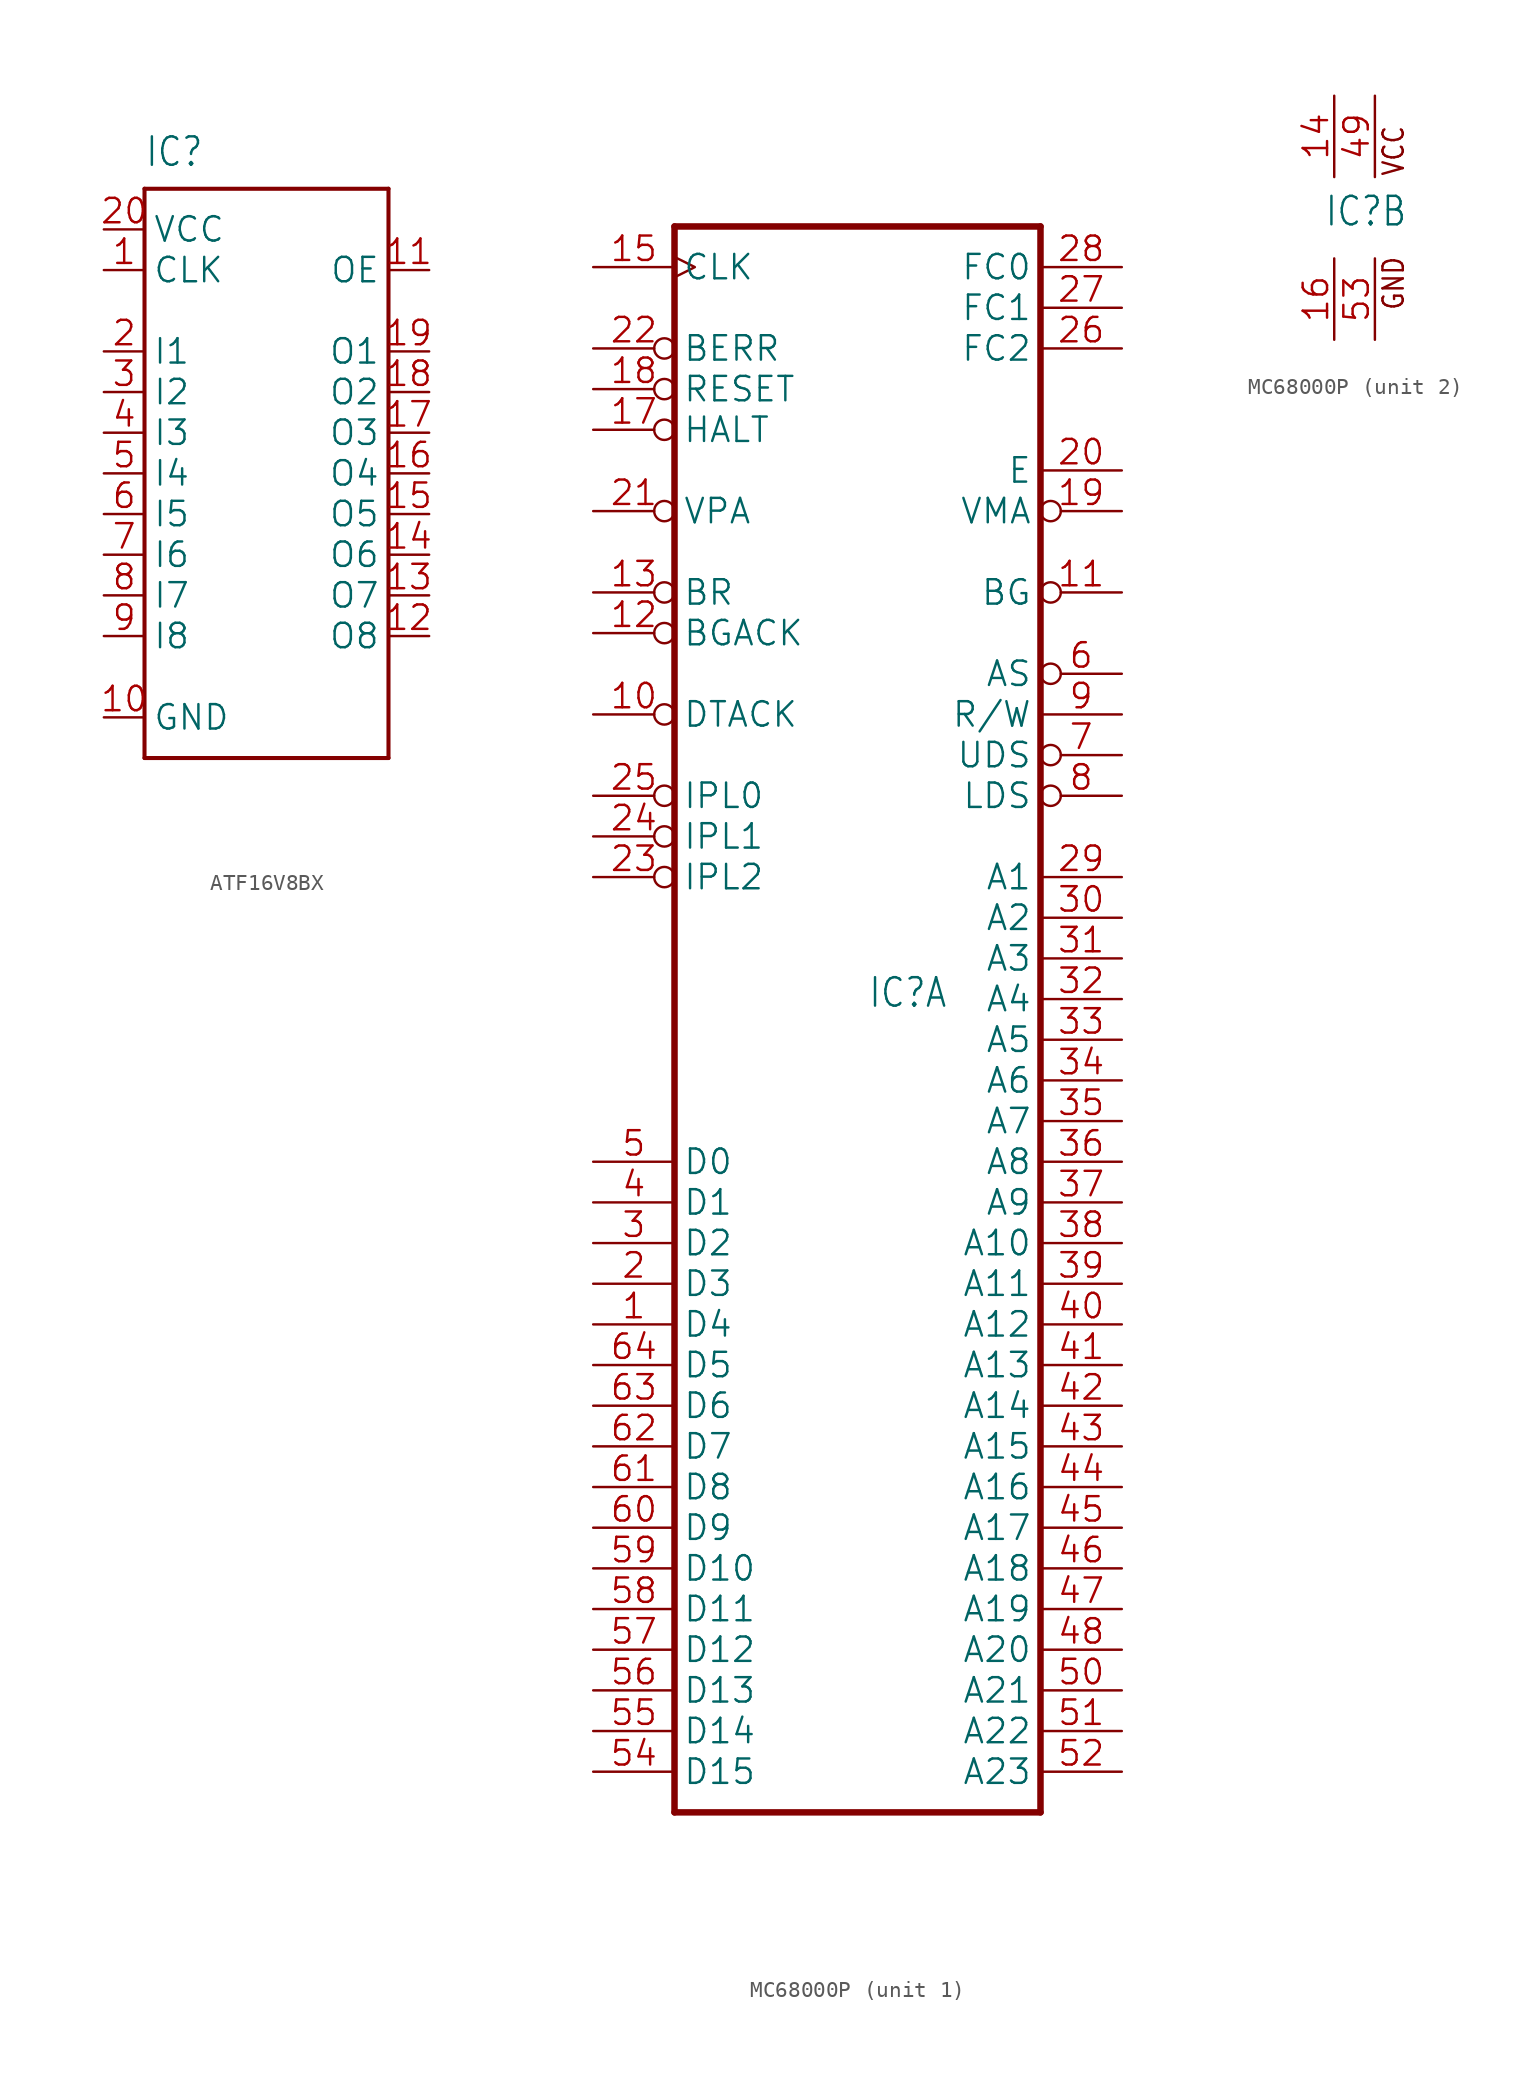
<source format=kicad_sym>
(kicad_symbol_lib
  (version 20241209)
  (generator "kicad_symbol_editor")
  (generator_version "9.0")
  (symbol "ATF16V8BX"
    (property "Reference" "IC"
      (at -7.62 19.05 0)
      (effects (font (size 1.778 1.511)) (justify left bottom)))
    (property "Value" ""
      (at -7.62 -20.32 0)
      (effects (font (size 1.778 1.511)) (justify left bottom)))
    (property "ki_locked" ""
      (at 0 0 0)
      (effects (font (size 1.27 1.27))))
    (symbol "ATF16V8BX_1_0"
      (polyline (pts (xy -7.62 17.78) (xy 7.62 17.78)) (stroke (width 0.254) (type solid)) (fill (type none)))
      (polyline (pts (xy -7.62 -17.78) (xy -7.62 17.78)) (stroke (width 0.254) (type solid)) (fill (type none)))
      (polyline (pts (xy 7.62 17.78) (xy 7.62 -17.78)) (stroke (width 0.254) (type solid)) (fill (type none)))
      (polyline (pts (xy 7.62 -17.78) (xy -7.62 -17.78)) (stroke (width 0.254) (type solid)) (fill (type none)))
      (pin power_in line (at -10.16 15.24 0) (length 2.54) (name "VCC" (effects (font (size 1.524 1.524)))) (number "20" (effects (font (size 1.524 1.524)))))
      (pin input line (at -10.16 12.7 0) (length 2.54) (name "CLK" (effects (font (size 1.524 1.524)))) (number "1" (effects (font (size 1.524 1.524)))))
      (pin input line (at -10.16 7.62 0) (length 2.54) (name "I1" (effects (font (size 1.524 1.524)))) (number "2" (effects (font (size 1.524 1.524)))))
      (pin input line (at -10.16 5.08 0) (length 2.54) (name "I2" (effects (font (size 1.524 1.524)))) (number "3" (effects (font (size 1.524 1.524)))))
      (pin input line (at -10.16 2.54 0) (length 2.54) (name "I3" (effects (font (size 1.524 1.524)))) (number "4" (effects (font (size 1.524 1.524)))))
      (pin input line (at -10.16 0 0) (length 2.54) (name "I4" (effects (font (size 1.524 1.524)))) (number "5" (effects (font (size 1.524 1.524)))))
      (pin input line (at -10.16 -2.54 0) (length 2.54) (name "I5" (effects (font (size 1.524 1.524)))) (number "6" (effects (font (size 1.524 1.524)))))
      (pin input line (at -10.16 -5.08 0) (length 2.54) (name "I6" (effects (font (size 1.524 1.524)))) (number "7" (effects (font (size 1.524 1.524)))))
      (pin input line (at -10.16 -7.62 0) (length 2.54) (name "I7" (effects (font (size 1.524 1.524)))) (number "8" (effects (font (size 1.524 1.524)))))
      (pin input line (at -10.16 -10.16 0) (length 2.54) (name "I8" (effects (font (size 1.524 1.524)))) (number "9" (effects (font (size 1.524 1.524)))))
      (pin power_in line (at -10.16 -15.24 0) (length 2.54) (name "GND" (effects (font (size 1.524 1.524)))) (number "10" (effects (font (size 1.524 1.524)))))
      (pin input line (at 10.16 12.7 180) (length 2.54) (name "OE" (effects (font (size 1.524 1.524)))) (number "11" (effects (font (size 1.524 1.524)))))
      (pin output line (at 10.16 7.62 180) (length 2.54) (name "O1" (effects (font (size 1.524 1.524)))) (number "19" (effects (font (size 1.524 1.524)))))
      (pin output line (at 10.16 5.08 180) (length 2.54) (name "O2" (effects (font (size 1.524 1.524)))) (number "18" (effects (font (size 1.524 1.524)))))
      (pin output line (at 10.16 2.54 180) (length 2.54) (name "O3" (effects (font (size 1.524 1.524)))) (number "17" (effects (font (size 1.524 1.524)))))
      (pin output line (at 10.16 0 180) (length 2.54) (name "O4" (effects (font (size 1.524 1.524)))) (number "16" (effects (font (size 1.524 1.524)))))
      (pin output line (at 10.16 -2.54 180) (length 2.54) (name "O5" (effects (font (size 1.524 1.524)))) (number "15" (effects (font (size 1.524 1.524)))))
      (pin output line (at 10.16 -5.08 180) (length 2.54) (name "O6" (effects (font (size 1.524 1.524)))) (number "14" (effects (font (size 1.524 1.524)))))
      (pin output line (at 10.16 -7.62 180) (length 2.54) (name "O7" (effects (font (size 1.524 1.524)))) (number "13" (effects (font (size 1.524 1.524)))))
      (pin output line (at 10.16 -10.16 180) (length 2.54) (name "O8" (effects (font (size 1.524 1.524)))) (number "12" (effects (font (size 1.524 1.524)))))))
  (symbol "MC68000P"
    (property "Reference" "IC"
      (at -0.635 -0.635 0)
      (effects (font (size 1.778 1.511)) (justify left bottom)))
    (property "ki_locked" ""
      (at 0 0 0)
      (effects (font (size 1.27 1.27))))
    (symbol "MC68000P_1_0"
      (polyline (pts (xy -12.7 -50.8) (xy -12.7 48.26)) (stroke (width 0.406) (type solid)) (fill (type none)))
      (polyline (pts (xy -12.7 -50.8) (xy 10.16 -50.8)) (stroke (width 0.406) (type solid)) (fill (type none)))
      (polyline (pts (xy 10.16 48.26) (xy -12.7 48.26)) (stroke (width 0.406) (type solid)) (fill (type none)))
      (polyline (pts (xy 10.16 48.26) (xy 10.16 -50.8)) (stroke (width 0.406) (type solid)) (fill (type none)))
      (pin input clock (at -17.78 45.72 0) (length 5.08) (name "CLK" (effects (font (size 1.524 1.524)))) (number "15" (effects (font (size 1.524 1.524)))))
      (pin input inverted (at -17.78 40.64 0) (length 5.08) (name "BERR" (effects (font (size 1.524 1.524)))) (number "22" (effects (font (size 1.524 1.524)))))
      (pin bidirectional inverted (at -17.78 38.1 0) (length 5.08) (name "RESET" (effects (font (size 1.524 1.524)))) (number "18" (effects (font (size 1.524 1.524)))))
      (pin bidirectional inverted (at -17.78 35.56 0) (length 5.08) (name "HALT" (effects (font (size 1.524 1.524)))) (number "17" (effects (font (size 1.524 1.524)))))
      (pin input inverted (at -17.78 30.48 0) (length 5.08) (name "VPA" (effects (font (size 1.524 1.524)))) (number "21" (effects (font (size 1.524 1.524)))))
      (pin input inverted (at -17.78 25.4 0) (length 5.08) (name "BR" (effects (font (size 1.524 1.524)))) (number "13" (effects (font (size 1.524 1.524)))))
      (pin input inverted (at -17.78 22.86 0) (length 5.08) (name "BGACK" (effects (font (size 1.524 1.524)))) (number "12" (effects (font (size 1.524 1.524)))))
      (pin input inverted (at -17.78 17.78 0) (length 5.08) (name "DTACK" (effects (font (size 1.524 1.524)))) (number "10" (effects (font (size 1.524 1.524)))))
      (pin input inverted (at -17.78 12.7 0) (length 5.08) (name "IPL0" (effects (font (size 1.524 1.524)))) (number "25" (effects (font (size 1.524 1.524)))))
      (pin input inverted (at -17.78 10.16 0) (length 5.08) (name "IPL1" (effects (font (size 1.524 1.524)))) (number "24" (effects (font (size 1.524 1.524)))))
      (pin input inverted (at -17.78 7.62 0) (length 5.08) (name "IPL2" (effects (font (size 1.524 1.524)))) (number "23" (effects (font (size 1.524 1.524)))))
      (pin bidirectional line (at -17.78 -10.16 0) (length 5.08) (name "D0" (effects (font (size 1.524 1.524)))) (number "5" (effects (font (size 1.524 1.524)))))
      (pin bidirectional line (at -17.78 -12.7 0) (length 5.08) (name "D1" (effects (font (size 1.524 1.524)))) (number "4" (effects (font (size 1.524 1.524)))))
      (pin bidirectional line (at -17.78 -15.24 0) (length 5.08) (name "D2" (effects (font (size 1.524 1.524)))) (number "3" (effects (font (size 1.524 1.524)))))
      (pin bidirectional line (at -17.78 -17.78 0) (length 5.08) (name "D3" (effects (font (size 1.524 1.524)))) (number "2" (effects (font (size 1.524 1.524)))))
      (pin bidirectional line (at -17.78 -20.32 0) (length 5.08) (name "D4" (effects (font (size 1.524 1.524)))) (number "1" (effects (font (size 1.524 1.524)))))
      (pin bidirectional line (at -17.78 -22.86 0) (length 5.08) (name "D5" (effects (font (size 1.524 1.524)))) (number "64" (effects (font (size 1.524 1.524)))))
      (pin bidirectional line (at -17.78 -25.4 0) (length 5.08) (name "D6" (effects (font (size 1.524 1.524)))) (number "63" (effects (font (size 1.524 1.524)))))
      (pin bidirectional line (at -17.78 -27.94 0) (length 5.08) (name "D7" (effects (font (size 1.524 1.524)))) (number "62" (effects (font (size 1.524 1.524)))))
      (pin bidirectional line (at -17.78 -30.48 0) (length 5.08) (name "D8" (effects (font (size 1.524 1.524)))) (number "61" (effects (font (size 1.524 1.524)))))
      (pin bidirectional line (at -17.78 -33.02 0) (length 5.08) (name "D9" (effects (font (size 1.524 1.524)))) (number "60" (effects (font (size 1.524 1.524)))))
      (pin bidirectional line (at -17.78 -35.56 0) (length 5.08) (name "D10" (effects (font (size 1.524 1.524)))) (number "59" (effects (font (size 1.524 1.524)))))
      (pin bidirectional line (at -17.78 -38.1 0) (length 5.08) (name "D11" (effects (font (size 1.524 1.524)))) (number "58" (effects (font (size 1.524 1.524)))))
      (pin bidirectional line (at -17.78 -40.64 0) (length 5.08) (name "D12" (effects (font (size 1.524 1.524)))) (number "57" (effects (font (size 1.524 1.524)))))
      (pin bidirectional line (at -17.78 -43.18 0) (length 5.08) (name "D13" (effects (font (size 1.524 1.524)))) (number "56" (effects (font (size 1.524 1.524)))))
      (pin bidirectional line (at -17.78 -45.72 0) (length 5.08) (name "D14" (effects (font (size 1.524 1.524)))) (number "55" (effects (font (size 1.524 1.524)))))
      (pin bidirectional line (at -17.78 -48.26 0) (length 5.08) (name "D15" (effects (font (size 1.524 1.524)))) (number "54" (effects (font (size 1.524 1.524)))))
      (pin output line (at 15.24 45.72 180) (length 5.08) (name "FC0" (effects (font (size 1.524 1.524)))) (number "28" (effects (font (size 1.524 1.524)))))
      (pin output line (at 15.24 43.18 180) (length 5.08) (name "FC1" (effects (font (size 1.524 1.524)))) (number "27" (effects (font (size 1.524 1.524)))))
      (pin output line (at 15.24 40.64 180) (length 5.08) (name "FC2" (effects (font (size 1.524 1.524)))) (number "26" (effects (font (size 1.524 1.524)))))
      (pin output line (at 15.24 33.02 180) (length 5.08) (name "E" (effects (font (size 1.524 1.524)))) (number "20" (effects (font (size 1.524 1.524)))))
      (pin output inverted (at 15.24 30.48 180) (length 5.08) (name "VMA" (effects (font (size 1.524 1.524)))) (number "19" (effects (font (size 1.524 1.524)))))
      (pin output inverted (at 15.24 25.4 180) (length 5.08) (name "BG" (effects (font (size 1.524 1.524)))) (number "11" (effects (font (size 1.524 1.524)))))
      (pin output inverted (at 15.24 20.32 180) (length 5.08) (name "AS" (effects (font (size 1.524 1.524)))) (number "6" (effects (font (size 1.524 1.524)))))
      (pin output line (at 15.24 17.78 180) (length 5.08) (name "R/W" (effects (font (size 1.524 1.524)))) (number "9" (effects (font (size 1.524 1.524)))))
      (pin output inverted (at 15.24 15.24 180) (length 5.08) (name "UDS" (effects (font (size 1.524 1.524)))) (number "7" (effects (font (size 1.524 1.524)))))
      (pin output inverted (at 15.24 12.7 180) (length 5.08) (name "LDS" (effects (font (size 1.524 1.524)))) (number "8" (effects (font (size 1.524 1.524)))))
      (pin output line (at 15.24 7.62 180) (length 5.08) (name "A1" (effects (font (size 1.524 1.524)))) (number "29" (effects (font (size 1.524 1.524)))))
      (pin output line (at 15.24 5.08 180) (length 5.08) (name "A2" (effects (font (size 1.524 1.524)))) (number "30" (effects (font (size 1.524 1.524)))))
      (pin output line (at 15.24 2.54 180) (length 5.08) (name "A3" (effects (font (size 1.524 1.524)))) (number "31" (effects (font (size 1.524 1.524)))))
      (pin output line (at 15.24 0 180) (length 5.08) (name "A4" (effects (font (size 1.524 1.524)))) (number "32" (effects (font (size 1.524 1.524)))))
      (pin output line (at 15.24 -2.54 180) (length 5.08) (name "A5" (effects (font (size 1.524 1.524)))) (number "33" (effects (font (size 1.524 1.524)))))
      (pin output line (at 15.24 -5.08 180) (length 5.08) (name "A6" (effects (font (size 1.524 1.524)))) (number "34" (effects (font (size 1.524 1.524)))))
      (pin output line (at 15.24 -7.62 180) (length 5.08) (name "A7" (effects (font (size 1.524 1.524)))) (number "35" (effects (font (size 1.524 1.524)))))
      (pin output line (at 15.24 -10.16 180) (length 5.08) (name "A8" (effects (font (size 1.524 1.524)))) (number "36" (effects (font (size 1.524 1.524)))))
      (pin output line (at 15.24 -12.7 180) (length 5.08) (name "A9" (effects (font (size 1.524 1.524)))) (number "37" (effects (font (size 1.524 1.524)))))
      (pin output line (at 15.24 -15.24 180) (length 5.08) (name "A10" (effects (font (size 1.524 1.524)))) (number "38" (effects (font (size 1.524 1.524)))))
      (pin output line (at 15.24 -17.78 180) (length 5.08) (name "A11" (effects (font (size 1.524 1.524)))) (number "39" (effects (font (size 1.524 1.524)))))
      (pin output line (at 15.24 -20.32 180) (length 5.08) (name "A12" (effects (font (size 1.524 1.524)))) (number "40" (effects (font (size 1.524 1.524)))))
      (pin output line (at 15.24 -22.86 180) (length 5.08) (name "A13" (effects (font (size 1.524 1.524)))) (number "41" (effects (font (size 1.524 1.524)))))
      (pin output line (at 15.24 -25.4 180) (length 5.08) (name "A14" (effects (font (size 1.524 1.524)))) (number "42" (effects (font (size 1.524 1.524)))))
      (pin output line (at 15.24 -27.94 180) (length 5.08) (name "A15" (effects (font (size 1.524 1.524)))) (number "43" (effects (font (size 1.524 1.524)))))
      (pin output line (at 15.24 -30.48 180) (length 5.08) (name "A16" (effects (font (size 1.524 1.524)))) (number "44" (effects (font (size 1.524 1.524)))))
      (pin output line (at 15.24 -33.02 180) (length 5.08) (name "A17" (effects (font (size 1.524 1.524)))) (number "45" (effects (font (size 1.524 1.524)))))
      (pin output line (at 15.24 -35.56 180) (length 5.08) (name "A18" (effects (font (size 1.524 1.524)))) (number "46" (effects (font (size 1.524 1.524)))))
      (pin output line (at 15.24 -38.1 180) (length 5.08) (name "A19" (effects (font (size 1.524 1.524)))) (number "47" (effects (font (size 1.524 1.524)))))
      (pin output line (at 15.24 -40.64 180) (length 5.08) (name "A20" (effects (font (size 1.524 1.524)))) (number "48" (effects (font (size 1.524 1.524)))))
      (pin output line (at 15.24 -43.18 180) (length 5.08) (name "A21" (effects (font (size 1.524 1.524)))) (number "50" (effects (font (size 1.524 1.524)))))
      (pin output line (at 15.24 -45.72 180) (length 5.08) (name "A22" (effects (font (size 1.524 1.524)))) (number "51" (effects (font (size 1.524 1.524)))))
      (pin output line (at 15.24 -48.26 180) (length 5.08) (name "A23" (effects (font (size 1.524 1.524)))) (number "52" (effects (font (size 1.524 1.524))))))
    (symbol "MC68000P_2_0"
      (text "VCC" (at 4.445 2.54 900) (effects (font (size 1.27 1.079)) (justify left bottom)))
      (text "GND" (at 4.445 -5.842 900) (effects (font (size 1.27 1.079)) (justify left bottom)))
      (pin power_in line (at 0 7.62 270) (length 5.08) (name "VCC@1" (effects (font (size 0 0)))) (number "14" (effects (font (size 1.524 1.524)))))
      (pin power_in line (at 0 -7.62 90) (length 5.08) (name "GND@1" (effects (font (size 0 0)))) (number "16" (effects (font (size 1.524 1.524)))))
      (pin power_in line (at 2.54 7.62 270) (length 5.08) (name "VCC@2" (effects (font (size 0 0)))) (number "49" (effects (font (size 1.524 1.524)))))
      (pin power_in line (at 2.54 -7.62 90) (length 5.08) (name "GND@2" (effects (font (size 0 0)))) (number "53" (effects (font (size 1.524 1.524))))))))
</source>
